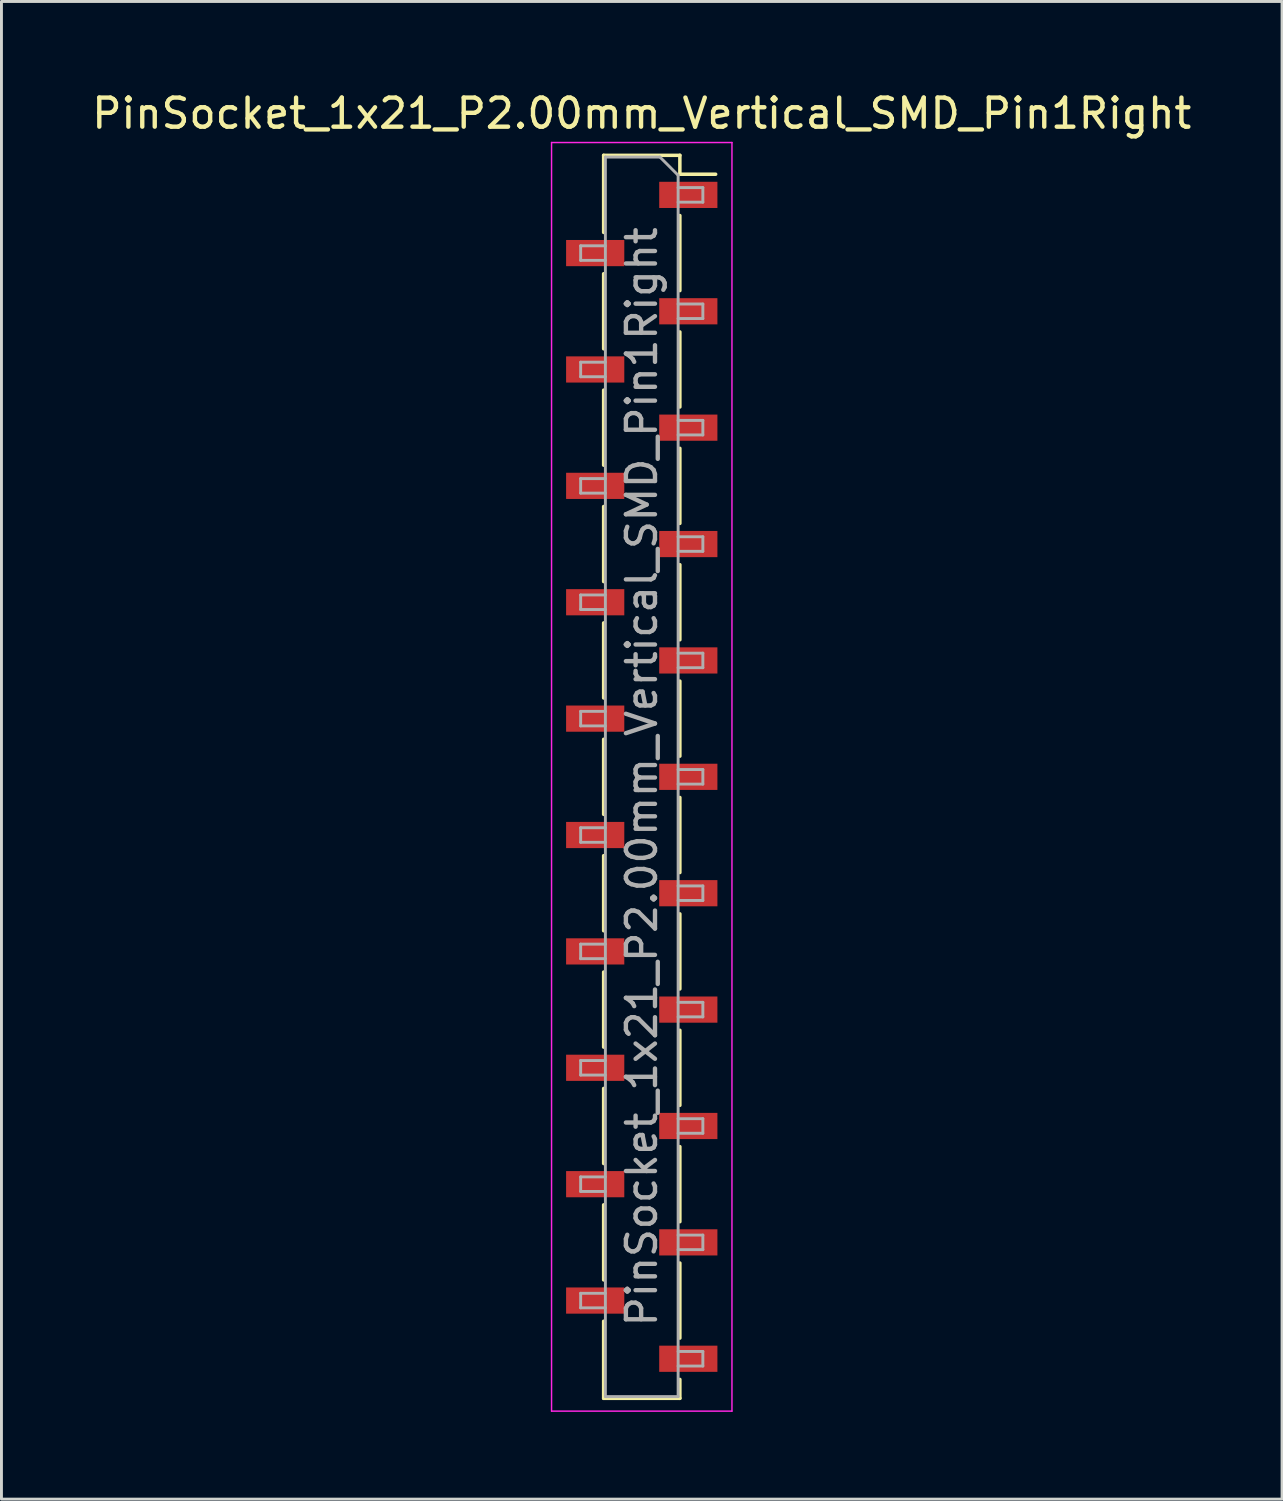
<source format=kicad_pcb>
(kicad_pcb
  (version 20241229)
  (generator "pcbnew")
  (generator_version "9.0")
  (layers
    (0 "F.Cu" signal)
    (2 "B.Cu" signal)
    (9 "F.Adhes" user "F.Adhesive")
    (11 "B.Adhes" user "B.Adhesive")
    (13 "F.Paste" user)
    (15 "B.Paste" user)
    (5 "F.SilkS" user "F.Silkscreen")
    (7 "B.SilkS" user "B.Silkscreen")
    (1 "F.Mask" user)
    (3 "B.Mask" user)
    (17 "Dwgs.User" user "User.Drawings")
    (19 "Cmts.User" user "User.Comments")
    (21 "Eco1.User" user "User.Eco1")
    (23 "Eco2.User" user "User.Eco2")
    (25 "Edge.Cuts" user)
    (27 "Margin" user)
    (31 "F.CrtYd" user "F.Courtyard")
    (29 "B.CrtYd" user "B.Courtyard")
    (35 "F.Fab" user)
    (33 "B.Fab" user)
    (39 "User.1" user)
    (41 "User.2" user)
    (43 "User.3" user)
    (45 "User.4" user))
  (footprint "PinSocket_1x21_P2.00mm_Vertical_SMD_Pin1Right"
    (layer "F.Cu")
    (at 19.006 23.648)
    (property "Reference" "PinSocket_1x21_P2.00mm_Vertical_SMD_Pin1Right" (at 0 -22.8 0) (layer "F.SilkS") (effects (font (size 1 1) (thickness 0.15))))
    (attr smd)
    (fp_line (start -1.31 -21.36) (end -1.31 -18.71) (stroke (width 0.12) (type solid)) (layer "F.SilkS"))
    (fp_line (start -1.31 -21.36) (end 1.31 -21.36) (stroke (width 0.12) (type solid)) (layer "F.SilkS"))
    (fp_line (start -1.31 -17.29) (end -1.31 -14.71) (stroke (width 0.12) (type solid)) (layer "F.SilkS"))
    (fp_line (start -1.31 -13.29) (end -1.31 -10.71) (stroke (width 0.12) (type solid)) (layer "F.SilkS"))
    (fp_line (start -1.31 -9.29) (end -1.31 -6.71) (stroke (width 0.12) (type solid)) (layer "F.SilkS"))
    (fp_line (start -1.31 -5.29) (end -1.31 -2.71) (stroke (width 0.12) (type solid)) (layer "F.SilkS"))
    (fp_line (start -1.31 -1.29) (end -1.31 1.29) (stroke (width 0.12) (type solid)) (layer "F.SilkS"))
    (fp_line (start -1.31 2.71) (end -1.31 5.29) (stroke (width 0.12) (type solid)) (layer "F.SilkS"))
    (fp_line (start -1.31 6.71) (end -1.31 9.29) (stroke (width 0.12) (type solid)) (layer "F.SilkS"))
    (fp_line (start -1.31 10.71) (end -1.31 13.29) (stroke (width 0.12) (type solid)) (layer "F.SilkS"))
    (fp_line (start -1.31 14.71) (end -1.31 17.29) (stroke (width 0.12) (type solid)) (layer "F.SilkS"))
    (fp_line (start -1.31 18.71) (end -1.31 21.36) (stroke (width 0.12) (type solid)) (layer "F.SilkS"))
    (fp_line (start -1.31 21.36) (end 1.31 21.36) (stroke (width 0.12) (type solid)) (layer "F.SilkS"))
    (fp_line (start 1.31 -21.36) (end 1.31 -20.71) (stroke (width 0.12) (type solid)) (layer "F.SilkS"))
    (fp_line (start 1.31 -20.71) (end 2.54 -20.71) (stroke (width 0.12) (type solid)) (layer "F.SilkS"))
    (fp_line (start 1.31 -19.29) (end 1.31 -16.71) (stroke (width 0.12) (type solid)) (layer "F.SilkS"))
    (fp_line (start 1.31 -15.29) (end 1.31 -12.71) (stroke (width 0.12) (type solid)) (layer "F.SilkS"))
    (fp_line (start 1.31 -11.29) (end 1.31 -8.71) (stroke (width 0.12) (type solid)) (layer "F.SilkS"))
    (fp_line (start 1.31 -7.29) (end 1.31 -4.71) (stroke (width 0.12) (type solid)) (layer "F.SilkS"))
    (fp_line (start 1.31 -3.29) (end 1.31 -0.71) (stroke (width 0.12) (type solid)) (layer "F.SilkS"))
    (fp_line (start 1.31 0.71) (end 1.31 3.29) (stroke (width 0.12) (type solid)) (layer "F.SilkS"))
    (fp_line (start 1.31 4.71) (end 1.31 7.29) (stroke (width 0.12) (type solid)) (layer "F.SilkS"))
    (fp_line (start 1.31 8.71) (end 1.31 11.29) (stroke (width 0.12) (type solid)) (layer "F.SilkS"))
    (fp_line (start 1.31 12.71) (end 1.31 15.29) (stroke (width 0.12) (type solid)) (layer "F.SilkS"))
    (fp_line (start 1.31 16.71) (end 1.31 19.29) (stroke (width 0.12) (type solid)) (layer "F.SilkS"))
    (fp_line (start 1.31 20.71) (end 1.31 21.36) (stroke (width 0.12) (type solid)) (layer "F.SilkS"))
    (fp_line (start -3.1 -21.8) (end 3.1 -21.8) (stroke (width 0.05) (type solid)) (layer "F.CrtYd"))
    (fp_line (start -3.1 21.8) (end -3.1 -21.8) (stroke (width 0.05) (type solid)) (layer "F.CrtYd"))
    (fp_line (start 3.1 -21.8) (end 3.1 21.8) (stroke (width 0.05) (type solid)) (layer "F.CrtYd"))
    (fp_line (start 3.1 21.8) (end -3.1 21.8) (stroke (width 0.05) (type solid)) (layer "F.CrtYd"))
    (fp_line (start -2.1 -18.25) (end -1.25 -18.25) (stroke (width 0.1) (type solid)) (layer "F.Fab"))
    (fp_line (start -2.1 -17.75) (end -2.1 -18.25) (stroke (width 0.1) (type solid)) (layer "F.Fab"))
    (fp_line (start -2.1 -14.25) (end -1.25 -14.25) (stroke (width 0.1) (type solid)) (layer "F.Fab"))
    (fp_line (start -2.1 -13.75) (end -2.1 -14.25) (stroke (width 0.1) (type solid)) (layer "F.Fab"))
    (fp_line (start -2.1 -10.25) (end -1.25 -10.25) (stroke (width 0.1) (type solid)) (layer "F.Fab"))
    (fp_line (start -2.1 -9.75) (end -2.1 -10.25) (stroke (width 0.1) (type solid)) (layer "F.Fab"))
    (fp_line (start -2.1 -6.25) (end -1.25 -6.25) (stroke (width 0.1) (type solid)) (layer "F.Fab"))
    (fp_line (start -2.1 -5.75) (end -2.1 -6.25) (stroke (width 0.1) (type solid)) (layer "F.Fab"))
    (fp_line (start -2.1 -2.25) (end -1.25 -2.25) (stroke (width 0.1) (type solid)) (layer "F.Fab"))
    (fp_line (start -2.1 -1.75) (end -2.1 -2.25) (stroke (width 0.1) (type solid)) (layer "F.Fab"))
    (fp_line (start -2.1 1.75) (end -1.25 1.75) (stroke (width 0.1) (type solid)) (layer "F.Fab"))
    (fp_line (start -2.1 2.25) (end -2.1 1.75) (stroke (width 0.1) (type solid)) (layer "F.Fab"))
    (fp_line (start -2.1 5.75) (end -1.25 5.75) (stroke (width 0.1) (type solid)) (layer "F.Fab"))
    (fp_line (start -2.1 6.25) (end -2.1 5.75) (stroke (width 0.1) (type solid)) (layer "F.Fab"))
    (fp_line (start -2.1 9.75) (end -1.25 9.75) (stroke (width 0.1) (type solid)) (layer "F.Fab"))
    (fp_line (start -2.1 10.25) (end -2.1 9.75) (stroke (width 0.1) (type solid)) (layer "F.Fab"))
    (fp_line (start -2.1 13.75) (end -1.25 13.75) (stroke (width 0.1) (type solid)) (layer "F.Fab"))
    (fp_line (start -2.1 14.25) (end -2.1 13.75) (stroke (width 0.1) (type solid)) (layer "F.Fab"))
    (fp_line (start -2.1 17.75) (end -1.25 17.75) (stroke (width 0.1) (type solid)) (layer "F.Fab"))
    (fp_line (start -2.1 18.25) (end -2.1 17.75) (stroke (width 0.1) (type solid)) (layer "F.Fab"))
    (fp_line (start -1.25 -21.3) (end 0.625 -21.3) (stroke (width 0.1) (type solid)) (layer "F.Fab"))
    (fp_line (start -1.25 -17.75) (end -2.1 -17.75) (stroke (width 0.1) (type solid)) (layer "F.Fab"))
    (fp_line (start -1.25 -13.75) (end -2.1 -13.75) (stroke (width 0.1) (type solid)) (layer "F.Fab"))
    (fp_line (start -1.25 -9.75) (end -2.1 -9.75) (stroke (width 0.1) (type solid)) (layer "F.Fab"))
    (fp_line (start -1.25 -5.75) (end -2.1 -5.75) (stroke (width 0.1) (type solid)) (layer "F.Fab"))
    (fp_line (start -1.25 -1.75) (end -2.1 -1.75) (stroke (width 0.1) (type solid)) (layer "F.Fab"))
    (fp_line (start -1.25 2.25) (end -2.1 2.25) (stroke (width 0.1) (type solid)) (layer "F.Fab"))
    (fp_line (start -1.25 6.25) (end -2.1 6.25) (stroke (width 0.1) (type solid)) (layer "F.Fab"))
    (fp_line (start -1.25 10.25) (end -2.1 10.25) (stroke (width 0.1) (type solid)) (layer "F.Fab"))
    (fp_line (start -1.25 14.25) (end -2.1 14.25) (stroke (width 0.1) (type solid)) (layer "F.Fab"))
    (fp_line (start -1.25 18.25) (end -2.1 18.25) (stroke (width 0.1) (type solid)) (layer "F.Fab"))
    (fp_line (start -1.25 21.3) (end -1.25 -21.3) (stroke (width 0.1) (type solid)) (layer "F.Fab"))
    (fp_line (start 0.625 -21.3) (end 1.25 -20.675) (stroke (width 0.1) (type solid)) (layer "F.Fab"))
    (fp_line (start 1.25 -20.675) (end 1.25 21.3) (stroke (width 0.1) (type solid)) (layer "F.Fab"))
    (fp_line (start 1.25 -20.25) (end 2.1 -20.25) (stroke (width 0.1) (type solid)) (layer "F.Fab"))
    (fp_line (start 1.25 -16.25) (end 2.1 -16.25) (stroke (width 0.1) (type solid)) (layer "F.Fab"))
    (fp_line (start 1.25 -12.25) (end 2.1 -12.25) (stroke (width 0.1) (type solid)) (layer "F.Fab"))
    (fp_line (start 1.25 -8.25) (end 2.1 -8.25) (stroke (width 0.1) (type solid)) (layer "F.Fab"))
    (fp_line (start 1.25 -4.25) (end 2.1 -4.25) (stroke (width 0.1) (type solid)) (layer "F.Fab"))
    (fp_line (start 1.25 -0.25) (end 2.1 -0.25) (stroke (width 0.1) (type solid)) (layer "F.Fab"))
    (fp_line (start 1.25 3.75) (end 2.1 3.75) (stroke (width 0.1) (type solid)) (layer "F.Fab"))
    (fp_line (start 1.25 7.75) (end 2.1 7.75) (stroke (width 0.1) (type solid)) (layer "F.Fab"))
    (fp_line (start 1.25 11.75) (end 2.1 11.75) (stroke (width 0.1) (type solid)) (layer "F.Fab"))
    (fp_line (start 1.25 15.75) (end 2.1 15.75) (stroke (width 0.1) (type solid)) (layer "F.Fab"))
    (fp_line (start 1.25 19.75) (end 2.1 19.75) (stroke (width 0.1) (type solid)) (layer "F.Fab"))
    (fp_line (start 1.25 21.3) (end -1.25 21.3) (stroke (width 0.1) (type solid)) (layer "F.Fab"))
    (fp_line (start 2.1 -20.25) (end 2.1 -19.75) (stroke (width 0.1) (type solid)) (layer "F.Fab"))
    (fp_line (start 2.1 -19.75) (end 1.25 -19.75) (stroke (width 0.1) (type solid)) (layer "F.Fab"))
    (fp_line (start 2.1 -16.25) (end 2.1 -15.75) (stroke (width 0.1) (type solid)) (layer "F.Fab"))
    (fp_line (start 2.1 -15.75) (end 1.25 -15.75) (stroke (width 0.1) (type solid)) (layer "F.Fab"))
    (fp_line (start 2.1 -12.25) (end 2.1 -11.75) (stroke (width 0.1) (type solid)) (layer "F.Fab"))
    (fp_line (start 2.1 -11.75) (end 1.25 -11.75) (stroke (width 0.1) (type solid)) (layer "F.Fab"))
    (fp_line (start 2.1 -8.25) (end 2.1 -7.75) (stroke (width 0.1) (type solid)) (layer "F.Fab"))
    (fp_line (start 2.1 -7.75) (end 1.25 -7.75) (stroke (width 0.1) (type solid)) (layer "F.Fab"))
    (fp_line (start 2.1 -4.25) (end 2.1 -3.75) (stroke (width 0.1) (type solid)) (layer "F.Fab"))
    (fp_line (start 2.1 -3.75) (end 1.25 -3.75) (stroke (width 0.1) (type solid)) (layer "F.Fab"))
    (fp_line (start 2.1 -0.25) (end 2.1 0.25) (stroke (width 0.1) (type solid)) (layer "F.Fab"))
    (fp_line (start 2.1 0.25) (end 1.25 0.25) (stroke (width 0.1) (type solid)) (layer "F.Fab"))
    (fp_line (start 2.1 3.75) (end 2.1 4.25) (stroke (width 0.1) (type solid)) (layer "F.Fab"))
    (fp_line (start 2.1 4.25) (end 1.25 4.25) (stroke (width 0.1) (type solid)) (layer "F.Fab"))
    (fp_line (start 2.1 7.75) (end 2.1 8.25) (stroke (width 0.1) (type solid)) (layer "F.Fab"))
    (fp_line (start 2.1 8.25) (end 1.25 8.25) (stroke (width 0.1) (type solid)) (layer "F.Fab"))
    (fp_line (start 2.1 11.75) (end 2.1 12.25) (stroke (width 0.1) (type solid)) (layer "F.Fab"))
    (fp_line (start 2.1 12.25) (end 1.25 12.25) (stroke (width 0.1) (type solid)) (layer "F.Fab"))
    (fp_line (start 2.1 15.75) (end 2.1 16.25) (stroke (width 0.1) (type solid)) (layer "F.Fab"))
    (fp_line (start 2.1 16.25) (end 1.25 16.25) (stroke (width 0.1) (type solid)) (layer "F.Fab"))
    (fp_line (start 2.1 19.75) (end 2.1 20.25) (stroke (width 0.1) (type solid)) (layer "F.Fab"))
    (fp_line (start 2.1 20.25) (end 1.25 20.25) (stroke (width 0.1) (type solid)) (layer "F.Fab"))
    (fp_text user "${REFERENCE}" (at 0 0 90) (layer "F.Fab") (effects (font (size 1 1) (thickness 0.15))))
    (pad "1" smd rect (at 1.6 -20) (size 2 0.9) (layers "F.Cu" "F.Mask" "F.Paste"))
    (pad "2" smd rect (at -1.6 -18) (size 2 0.9) (layers "F.Cu" "F.Mask" "F.Paste"))
    (pad "3" smd rect (at 1.6 -16) (size 2 0.9) (layers "F.Cu" "F.Mask" "F.Paste"))
    (pad "4" smd rect (at -1.6 -14) (size 2 0.9) (layers "F.Cu" "F.Mask" "F.Paste"))
    (pad "5" smd rect (at 1.6 -12) (size 2 0.9) (layers "F.Cu" "F.Mask" "F.Paste"))
    (pad "6" smd rect (at -1.6 -10) (size 2 0.9) (layers "F.Cu" "F.Mask" "F.Paste"))
    (pad "7" smd rect (at 1.6 -8) (size 2 0.9) (layers "F.Cu" "F.Mask" "F.Paste"))
    (pad "8" smd rect (at -1.6 -6) (size 2 0.9) (layers "F.Cu" "F.Mask" "F.Paste"))
    (pad "9" smd rect (at 1.6 -4) (size 2 0.9) (layers "F.Cu" "F.Mask" "F.Paste"))
    (pad "10" smd rect (at -1.6 -2) (size 2 0.9) (layers "F.Cu" "F.Mask" "F.Paste"))
    (pad "11" smd rect (at 1.6 0) (size 2 0.9) (layers "F.Cu" "F.Mask" "F.Paste"))
    (pad "12" smd rect (at -1.6 2) (size 2 0.9) (layers "F.Cu" "F.Mask" "F.Paste"))
    (pad "13" smd rect (at 1.6 4) (size 2 0.9) (layers "F.Cu" "F.Mask" "F.Paste"))
    (pad "14" smd rect (at -1.6 6) (size 2 0.9) (layers "F.Cu" "F.Mask" "F.Paste"))
    (pad "15" smd rect (at 1.6 8) (size 2 0.9) (layers "F.Cu" "F.Mask" "F.Paste"))
    (pad "16" smd rect (at -1.6 10) (size 2 0.9) (layers "F.Cu" "F.Mask" "F.Paste"))
    (pad "17" smd rect (at 1.6 12) (size 2 0.9) (layers "F.Cu" "F.Mask" "F.Paste"))
    (pad "18" smd rect (at -1.6 14) (size 2 0.9) (layers "F.Cu" "F.Mask" "F.Paste"))
    (pad "19" smd rect (at 1.6 16) (size 2 0.9) (layers "F.Cu" "F.Mask" "F.Paste"))
    (pad "20" smd rect (at -1.6 18) (size 2 0.9) (layers "F.Cu" "F.Mask" "F.Paste"))
    (pad "21" smd rect (at 1.6 20) (size 2 0.9) (layers "F.Cu" "F.Mask" "F.Paste")))
  (gr_rect
    (start -3 -3)
    (end 41.012 48.473)
    (stroke (width 0.1) (type default))
    (fill no)
    (layer "Edge.Cuts")))
</source>
